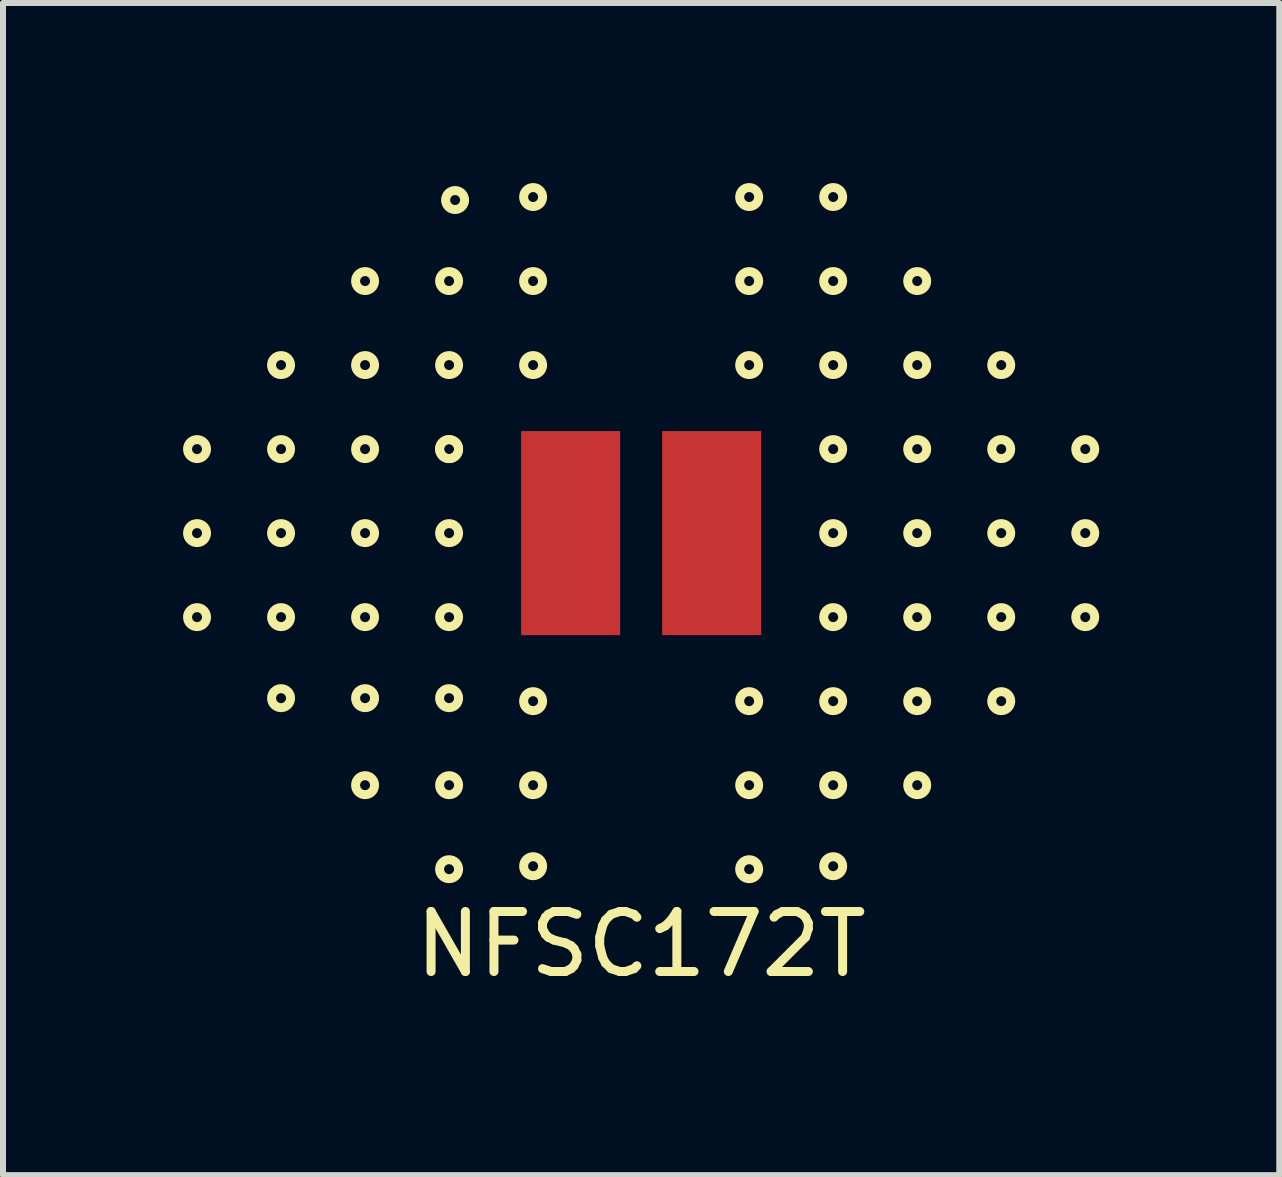
<source format=kicad_pcb>
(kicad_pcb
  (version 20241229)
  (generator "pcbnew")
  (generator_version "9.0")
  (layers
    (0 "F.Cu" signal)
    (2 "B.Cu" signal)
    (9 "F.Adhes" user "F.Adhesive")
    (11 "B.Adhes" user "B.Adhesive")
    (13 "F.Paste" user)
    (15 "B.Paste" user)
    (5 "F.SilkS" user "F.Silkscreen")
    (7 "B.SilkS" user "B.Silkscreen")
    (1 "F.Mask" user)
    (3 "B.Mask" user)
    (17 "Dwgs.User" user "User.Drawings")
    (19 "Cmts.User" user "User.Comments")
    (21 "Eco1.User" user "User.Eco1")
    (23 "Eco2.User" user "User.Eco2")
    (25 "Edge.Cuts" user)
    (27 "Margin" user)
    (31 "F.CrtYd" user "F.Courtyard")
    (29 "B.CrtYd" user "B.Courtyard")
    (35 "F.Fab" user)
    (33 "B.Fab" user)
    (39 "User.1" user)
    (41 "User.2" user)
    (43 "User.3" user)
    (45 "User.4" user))
  (footprint "NFSC172T"
    (layer "F.Cu")
    (at 7.633 5.833)
    (property "Reference" "NFSC172T" (at 0 6.85 0) (layer "F.SilkS") (effects (font (size 1 1) (thickness 0.15))))
    (attr through_hole)
    (fp_circle (center -7.4 -1.4) (end -7.55 -1.35) (stroke (width 0.15) (type solid)) (fill no) (layer "F.SilkS"))
    (fp_circle (center -7.4 0) (end -7.55 0.05) (stroke (width 0.15) (type solid)) (fill no) (layer "F.SilkS"))
    (fp_circle (center -7.4 1.4) (end -7.55 1.45) (stroke (width 0.15) (type solid)) (fill no) (layer "F.SilkS"))
    (fp_circle (center -6 -2.8) (end -6.15 -2.75) (stroke (width 0.15) (type solid)) (fill no) (layer "F.SilkS"))
    (fp_circle (center -6 -1.4) (end -6.15 -1.35) (stroke (width 0.15) (type solid)) (fill no) (layer "F.SilkS"))
    (fp_circle (center -6 0) (end -6.15 0.05) (stroke (width 0.15) (type solid)) (fill no) (layer "F.SilkS"))
    (fp_circle (center -6 1.4) (end -6.15 1.45) (stroke (width 0.15) (type solid)) (fill no) (layer "F.SilkS"))
    (fp_circle (center -6 2.75) (end -6.15 2.8) (stroke (width 0.15) (type solid)) (fill no) (layer "F.SilkS"))
    (fp_circle (center -4.6 -4.2) (end -4.75 -4.15) (stroke (width 0.15) (type solid)) (fill no) (layer "F.SilkS"))
    (fp_circle (center -4.6 -2.8) (end -4.75 -2.75) (stroke (width 0.15) (type solid)) (fill no) (layer "F.SilkS"))
    (fp_circle (center -4.6 -1.4) (end -4.75 -1.35) (stroke (width 0.15) (type solid)) (fill no) (layer "F.SilkS"))
    (fp_circle (center -4.6 0) (end -4.75 0.05) (stroke (width 0.15) (type solid)) (fill no) (layer "F.SilkS"))
    (fp_circle (center -4.6 1.4) (end -4.75 1.45) (stroke (width 0.15) (type solid)) (fill no) (layer "F.SilkS"))
    (fp_circle (center -4.6 2.75) (end -4.75 2.8) (stroke (width 0.15) (type solid)) (fill no) (layer "F.SilkS"))
    (fp_circle (center -4.6 4.2) (end -4.75 4.25) (stroke (width 0.15) (type solid)) (fill no) (layer "F.SilkS"))
    (fp_circle (center -3.2 -4.2) (end -3.35 -4.15) (stroke (width 0.15) (type solid)) (fill no) (layer "F.SilkS"))
    (fp_circle (center -3.2 -2.8) (end -3.35 -2.75) (stroke (width 0.15) (type solid)) (fill no) (layer "F.SilkS"))
    (fp_circle (center -3.2 -1.4) (end -3.35 -1.35) (stroke (width 0.15) (type solid)) (fill no) (layer "F.SilkS"))
    (fp_circle (center -3.2 -1.4) (end -3.35 -1.35) (stroke (width 0.15) (type solid)) (fill no) (layer "F.SilkS"))
    (fp_circle (center -3.2 0) (end -3.35 0.05) (stroke (width 0.15) (type solid)) (fill no) (layer "F.SilkS"))
    (fp_circle (center -3.2 1.4) (end -3.35 1.45) (stroke (width 0.15) (type solid)) (fill no) (layer "F.SilkS"))
    (fp_circle (center -3.2 2.75) (end -3.35 2.8) (stroke (width 0.15) (type solid)) (fill no) (layer "F.SilkS"))
    (fp_circle (center -3.2 4.2) (end -3.35 4.25) (stroke (width 0.15) (type solid)) (fill no) (layer "F.SilkS"))
    (fp_circle (center -3.2 5.6) (end -3.35 5.65) (stroke (width 0.15) (type solid)) (fill no) (layer "F.SilkS"))
    (fp_circle (center -3.1 -5.55) (end -3.25 -5.5) (stroke (width 0.15) (type solid)) (fill no) (layer "F.SilkS"))
    (fp_circle (center -1.8 -5.6) (end -1.95 -5.55) (stroke (width 0.15) (type solid)) (fill no) (layer "F.SilkS"))
    (fp_circle (center -1.8 -4.2) (end -1.95 -4.15) (stroke (width 0.15) (type solid)) (fill no) (layer "F.SilkS"))
    (fp_circle (center -1.8 -2.8) (end -1.95 -2.75) (stroke (width 0.15) (type solid)) (fill no) (layer "F.SilkS"))
    (fp_circle (center -1.8 2.8) (end -1.95 2.85) (stroke (width 0.15) (type solid)) (fill no) (layer "F.SilkS"))
    (fp_circle (center -1.8 4.2) (end -1.95 4.25) (stroke (width 0.15) (type solid)) (fill no) (layer "F.SilkS"))
    (fp_circle (center -1.8 5.55) (end -1.95 5.6) (stroke (width 0.15) (type solid)) (fill no) (layer "F.SilkS"))
    (fp_circle (center 1.8 -5.6) (end 1.95 -5.55) (stroke (width 0.15) (type solid)) (fill no) (layer "F.SilkS"))
    (fp_circle (center 1.8 -4.2) (end 1.95 -4.15) (stroke (width 0.15) (type solid)) (fill no) (layer "F.SilkS"))
    (fp_circle (center 1.8 -2.8) (end 1.95 -2.75) (stroke (width 0.15) (type solid)) (fill no) (layer "F.SilkS"))
    (fp_circle (center 1.8 2.8) (end 1.95 2.85) (stroke (width 0.15) (type solid)) (fill no) (layer "F.SilkS"))
    (fp_circle (center 1.8 4.2) (end 1.95 4.25) (stroke (width 0.15) (type solid)) (fill no) (layer "F.SilkS"))
    (fp_circle (center 1.8 5.6) (end 1.95 5.65) (stroke (width 0.15) (type solid)) (fill no) (layer "F.SilkS"))
    (fp_circle (center 3.2 -5.6) (end 3.35 -5.55) (stroke (width 0.15) (type solid)) (fill no) (layer "F.SilkS"))
    (fp_circle (center 3.2 -4.2) (end 3.35 -4.15) (stroke (width 0.15) (type solid)) (fill no) (layer "F.SilkS"))
    (fp_circle (center 3.2 -2.8) (end 3.35 -2.75) (stroke (width 0.15) (type solid)) (fill no) (layer "F.SilkS"))
    (fp_circle (center 3.2 -1.4) (end 3.35 -1.35) (stroke (width 0.15) (type solid)) (fill no) (layer "F.SilkS"))
    (fp_circle (center 3.2 0) (end 3.35 0.05) (stroke (width 0.15) (type solid)) (fill no) (layer "F.SilkS"))
    (fp_circle (center 3.2 1.4) (end 3.35 1.45) (stroke (width 0.15) (type solid)) (fill no) (layer "F.SilkS"))
    (fp_circle (center 3.2 2.8) (end 3.35 2.85) (stroke (width 0.15) (type solid)) (fill no) (layer "F.SilkS"))
    (fp_circle (center 3.2 4.2) (end 3.35 4.25) (stroke (width 0.15) (type solid)) (fill no) (layer "F.SilkS"))
    (fp_circle (center 3.2 5.55) (end 3.35 5.6) (stroke (width 0.15) (type solid)) (fill no) (layer "F.SilkS"))
    (fp_circle (center 4.6 -4.2) (end 4.75 -4.15) (stroke (width 0.15) (type solid)) (fill no) (layer "F.SilkS"))
    (fp_circle (center 4.6 -2.8) (end 4.75 -2.75) (stroke (width 0.15) (type solid)) (fill no) (layer "F.SilkS"))
    (fp_circle (center 4.6 -1.4) (end 4.75 -1.35) (stroke (width 0.15) (type solid)) (fill no) (layer "F.SilkS"))
    (fp_circle (center 4.6 0) (end 4.75 0.05) (stroke (width 0.15) (type solid)) (fill no) (layer "F.SilkS"))
    (fp_circle (center 4.6 1.4) (end 4.75 1.45) (stroke (width 0.15) (type solid)) (fill no) (layer "F.SilkS"))
    (fp_circle (center 4.6 2.8) (end 4.75 2.85) (stroke (width 0.15) (type solid)) (fill no) (layer "F.SilkS"))
    (fp_circle (center 4.6 4.2) (end 4.75 4.25) (stroke (width 0.15) (type solid)) (fill no) (layer "F.SilkS"))
    (fp_circle (center 6 -2.8) (end 6.15 -2.75) (stroke (width 0.15) (type solid)) (fill no) (layer "F.SilkS"))
    (fp_circle (center 6 -1.4) (end 6.15 -1.35) (stroke (width 0.15) (type solid)) (fill no) (layer "F.SilkS"))
    (fp_circle (center 6 0) (end 6.15 0.05) (stroke (width 0.15) (type solid)) (fill no) (layer "F.SilkS"))
    (fp_circle (center 6 1.4) (end 6.15 1.45) (stroke (width 0.15) (type solid)) (fill no) (layer "F.SilkS"))
    (fp_circle (center 6 2.8) (end 6.15 2.85) (stroke (width 0.15) (type solid)) (fill no) (layer "F.SilkS"))
    (fp_circle (center 7.4 -1.4) (end 7.55 -1.35) (stroke (width 0.15) (type solid)) (fill no) (layer "F.SilkS"))
    (fp_circle (center 7.4 0) (end 7.55 0.05) (stroke (width 0.15) (type solid)) (fill no) (layer "F.SilkS"))
    (fp_circle (center 7.4 1.4) (end 7.55 1.45) (stroke (width 0.15) (type solid)) (fill no) (layer "F.SilkS"))
    (pad "1" smd rect (at -1.175 0) (size 1.65 3.4) (layers "F.Cu" "F.Mask" "F.Paste"))
    (pad "2" smd rect (at 1.175 0) (size 1.65 3.4) (layers "F.Cu" "F.Mask" "F.Paste")))
  (gr_rect
    (start -3 -3)
    (end 18.266 16.531)
    (stroke (width 0.1) (type default))
    (fill no)
    (layer "Edge.Cuts")))
</source>
